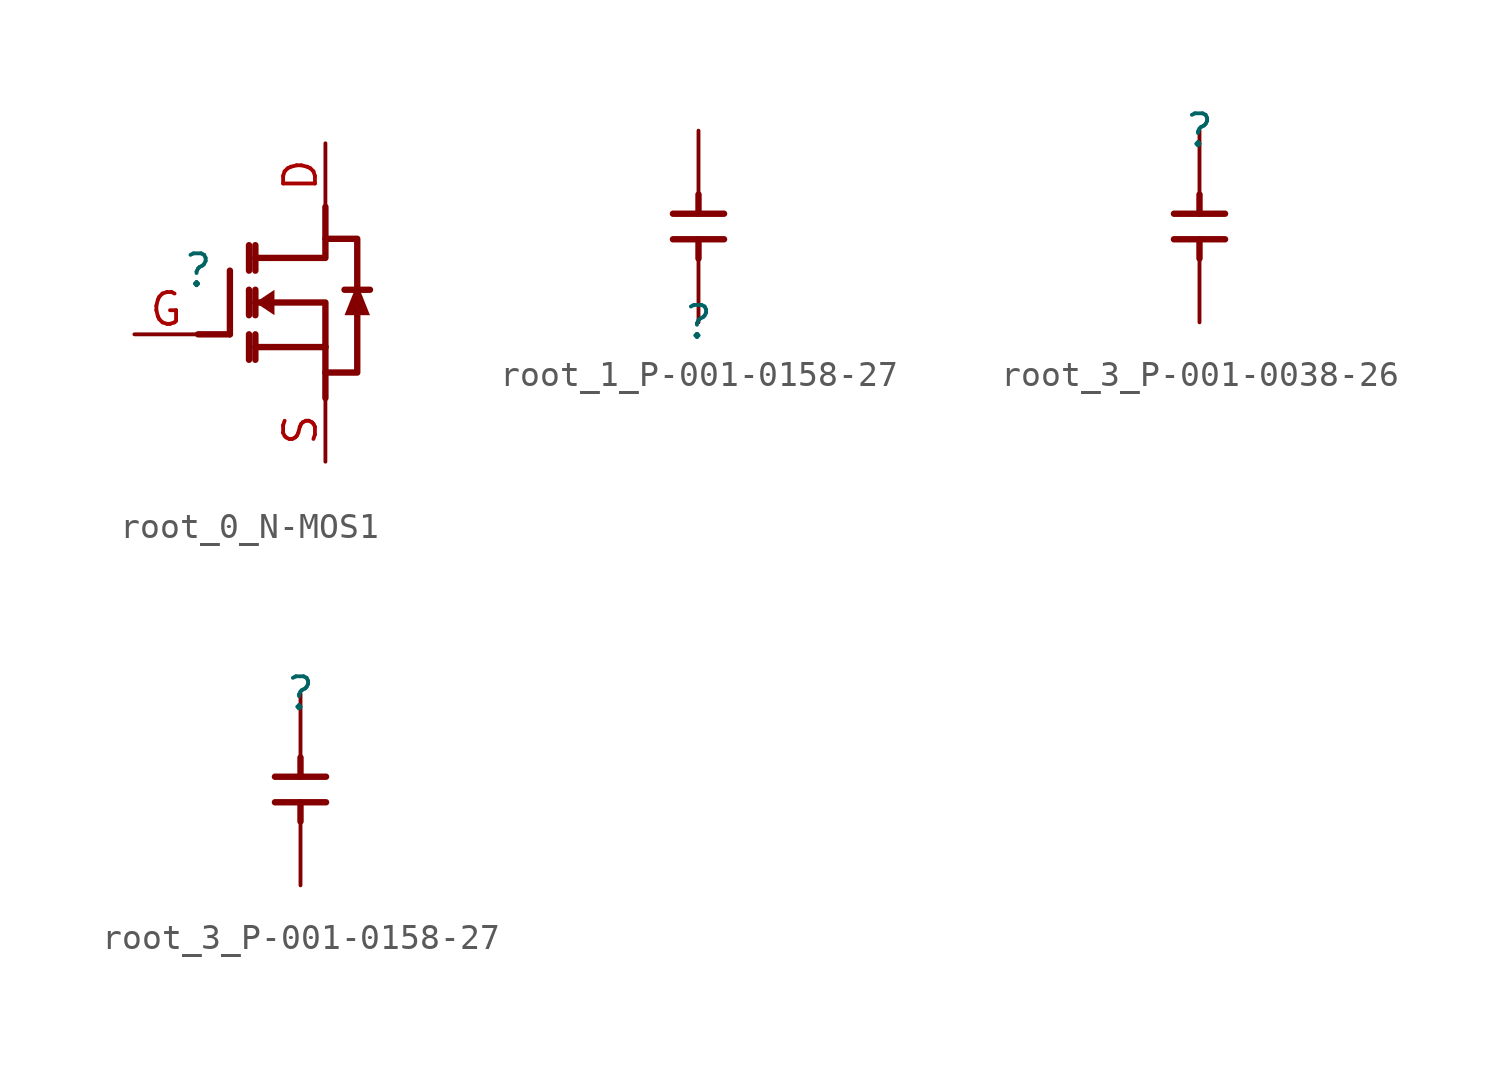
<source format=kicad_sym>
(kicad_symbol_lib
  (version 20231120)
  (generator "kicad_symbol_editor")
  (generator_version "8.0")
  (symbol "root_0_N-MOS1"
    (property "Reference" ""
      (at 0 0 0)
      (effects (font (size 1.27 1.27))))
    (property "Value" ""
      (at 0 0 0)
      (effects (font (size 1.27 1.27))))
    (symbol "root_0_N-MOS1_1_0"
      (polyline (pts (xy 0 -2.54) (xy 1.27 -2.54)) (stroke (width 0.254) (type solid)) (fill (type none)))
      (polyline (pts (xy 1.27 -2.54) (xy 1.27 0)) (stroke (width 0.254) (type solid)) (fill (type none)))
      (polyline (pts (xy 2.032 -2.54) (xy 2.032 -3.556)) (stroke (width 0.254) (type solid)) (fill (type none)))
      (polyline (pts (xy 2.032 -0.762) (xy 2.032 -1.778)) (stroke (width 0.254) (type solid)) (fill (type none)))
      (polyline (pts (xy 2.032 0) (xy 2.032 1.016)) (stroke (width 0.254) (type solid)) (fill (type none)))
      (polyline (pts (xy 2.286 -2.54) (xy 2.286 -3.556)) (stroke (width 0.254) (type solid)) (fill (type none)))
      (polyline (pts (xy 2.286 -0.762) (xy 2.286 -1.778)) (stroke (width 0.254) (type solid)) (fill (type none)))
      (polyline (pts (xy 2.286 1.016) (xy 2.286 0)) (stroke (width 0.254) (type solid)) (fill (type none)))
      (polyline (pts (xy 5.08 -5.08) (xy 5.08 -3.048)) (stroke (width 0.254) (type solid)) (fill (type none)))
      (polyline (pts (xy 5.08 -3.048) (xy 2.286 -3.048)) (stroke (width 0.254) (type solid)) (fill (type none)))
      (polyline (pts (xy 6.858 -0.762) (xy 5.842 -0.762)) (stroke (width 0.254) (type solid)) (fill (type none)))
      (polyline (pts (xy 5.08 -3.048) (xy 5.08 -1.27) (xy 2.286 -1.27)) (stroke (width 0.254) (type solid)) (fill (type none)))
      (polyline (pts (xy 5.08 2.54) (xy 5.08 0.508) (xy 2.286 0.508)) (stroke (width 0.254) (type solid)) (fill (type none)))
      (polyline (pts (xy 3.048 -1.778) (xy 3.048 -0.762) (xy 2.286 -1.27) (xy 3.048 -1.778)) (stroke (width -0.0001) (type solid)) (fill (type outline)))
      (polyline (pts (xy 5.08 1.27) (xy 6.35 1.27) (xy 6.35 -4.064) (xy 5.08 -4.064)) (stroke (width 0.254) (type solid)) (fill (type none)))
      (polyline (pts (xy 5.842 -1.778) (xy 6.858 -1.778) (xy 6.35 -0.508) (xy 5.842 -1.778)) (stroke (width -0.0001) (type solid)) (fill (type outline)))
      (pin passive line (at 5.08 5.08 270) (length 2.54) (name "D" (effects (font (size 0 0)))) (number "D" (effects (font (size 1.27 1.27)))))
      (pin passive line (at -2.54 -2.54 0) (length 2.54) (name "G" (effects (font (size 0 0)))) (number "G" (effects (font (size 1.27 1.27)))))
      (pin passive line (at 5.08 -7.62 90) (length 2.54) (name "S" (effects (font (size 0 0)))) (number "S" (effects (font (size 1.27 1.27)))))))
  (symbol "root_1_P-001-0158-27"
    (property "Reference" ""
      (at 0 0 0)
      (effects (font (size 1.27 1.27))))
    (property "Value" ""
      (at 0 0 0)
      (effects (font (size 1.27 1.27))))
    (symbol "root_1_P-001-0158-27_1_0"
      (polyline (pts (xy -1.016 3.302) (xy 1.016 3.302)) (stroke (width 0.254) (type solid)) (fill (type none)))
      (polyline (pts (xy -1.016 4.318) (xy 1.016 4.318)) (stroke (width 0.254) (type solid)) (fill (type none)))
      (polyline (pts (xy 0 2.54) (xy 0 3.302)) (stroke (width 0.254) (type solid)) (fill (type none)))
      (polyline (pts (xy 0 5.08) (xy 0 4.318)) (stroke (width 0.254) (type solid)) (fill (type none)))
      (pin passive line (at 0 0 90) (length 2.54) (name "1" (effects (font (size 0 0)))) (number "1" (effects (font (size 0 0)))))
      (pin passive line (at 0 7.62 270) (length 2.54) (name "2" (effects (font (size 0 0)))) (number "2" (effects (font (size 0 0)))))))
  (symbol "root_3_P-001-0038-26"
    (property "Reference" ""
      (at 0 0 0)
      (effects (font (size 1.27 1.27))))
    (property "Value" ""
      (at 0 0 0)
      (effects (font (size 1.27 1.27))))
    (symbol "root_3_P-001-0038-26_1_0"
      (polyline (pts (xy 0 -5.08) (xy 0 -4.318)) (stroke (width 0.254) (type solid)) (fill (type none)))
      (polyline (pts (xy 0 -2.54) (xy 0 -3.302)) (stroke (width 0.254) (type solid)) (fill (type none)))
      (polyline (pts (xy 1.016 -4.318) (xy -1.016 -4.318)) (stroke (width 0.254) (type solid)) (fill (type none)))
      (polyline (pts (xy 1.016 -3.302) (xy -1.016 -3.302)) (stroke (width 0.254) (type solid)) (fill (type none)))
      (pin passive line (at 0 0 270) (length 2.54) (name "1" (effects (font (size 0 0)))) (number "1" (effects (font (size 0 0)))))
      (pin passive line (at 0 -7.62 90) (length 2.54) (name "2" (effects (font (size 0 0)))) (number "2" (effects (font (size 0 0)))))))
  (symbol "root_3_P-001-0158-27"
    (property "Reference" ""
      (at 0 0 0)
      (effects (font (size 1.27 1.27))))
    (property "Value" ""
      (at 0 0 0)
      (effects (font (size 1.27 1.27))))
    (symbol "root_3_P-001-0158-27_1_0"
      (polyline (pts (xy 0 -5.08) (xy 0 -4.318)) (stroke (width 0.254) (type solid)) (fill (type none)))
      (polyline (pts (xy 0 -2.54) (xy 0 -3.302)) (stroke (width 0.254) (type solid)) (fill (type none)))
      (polyline (pts (xy 1.016 -4.318) (xy -1.016 -4.318)) (stroke (width 0.254) (type solid)) (fill (type none)))
      (polyline (pts (xy 1.016 -3.302) (xy -1.016 -3.302)) (stroke (width 0.254) (type solid)) (fill (type none)))
      (pin passive line (at 0 0 270) (length 2.54) (name "1" (effects (font (size 0 0)))) (number "1" (effects (font (size 0 0)))))
      (pin passive line (at 0 -7.62 90) (length 2.54) (name "2" (effects (font (size 0 0)))) (number "2" (effects (font (size 0 0))))))))
</source>
